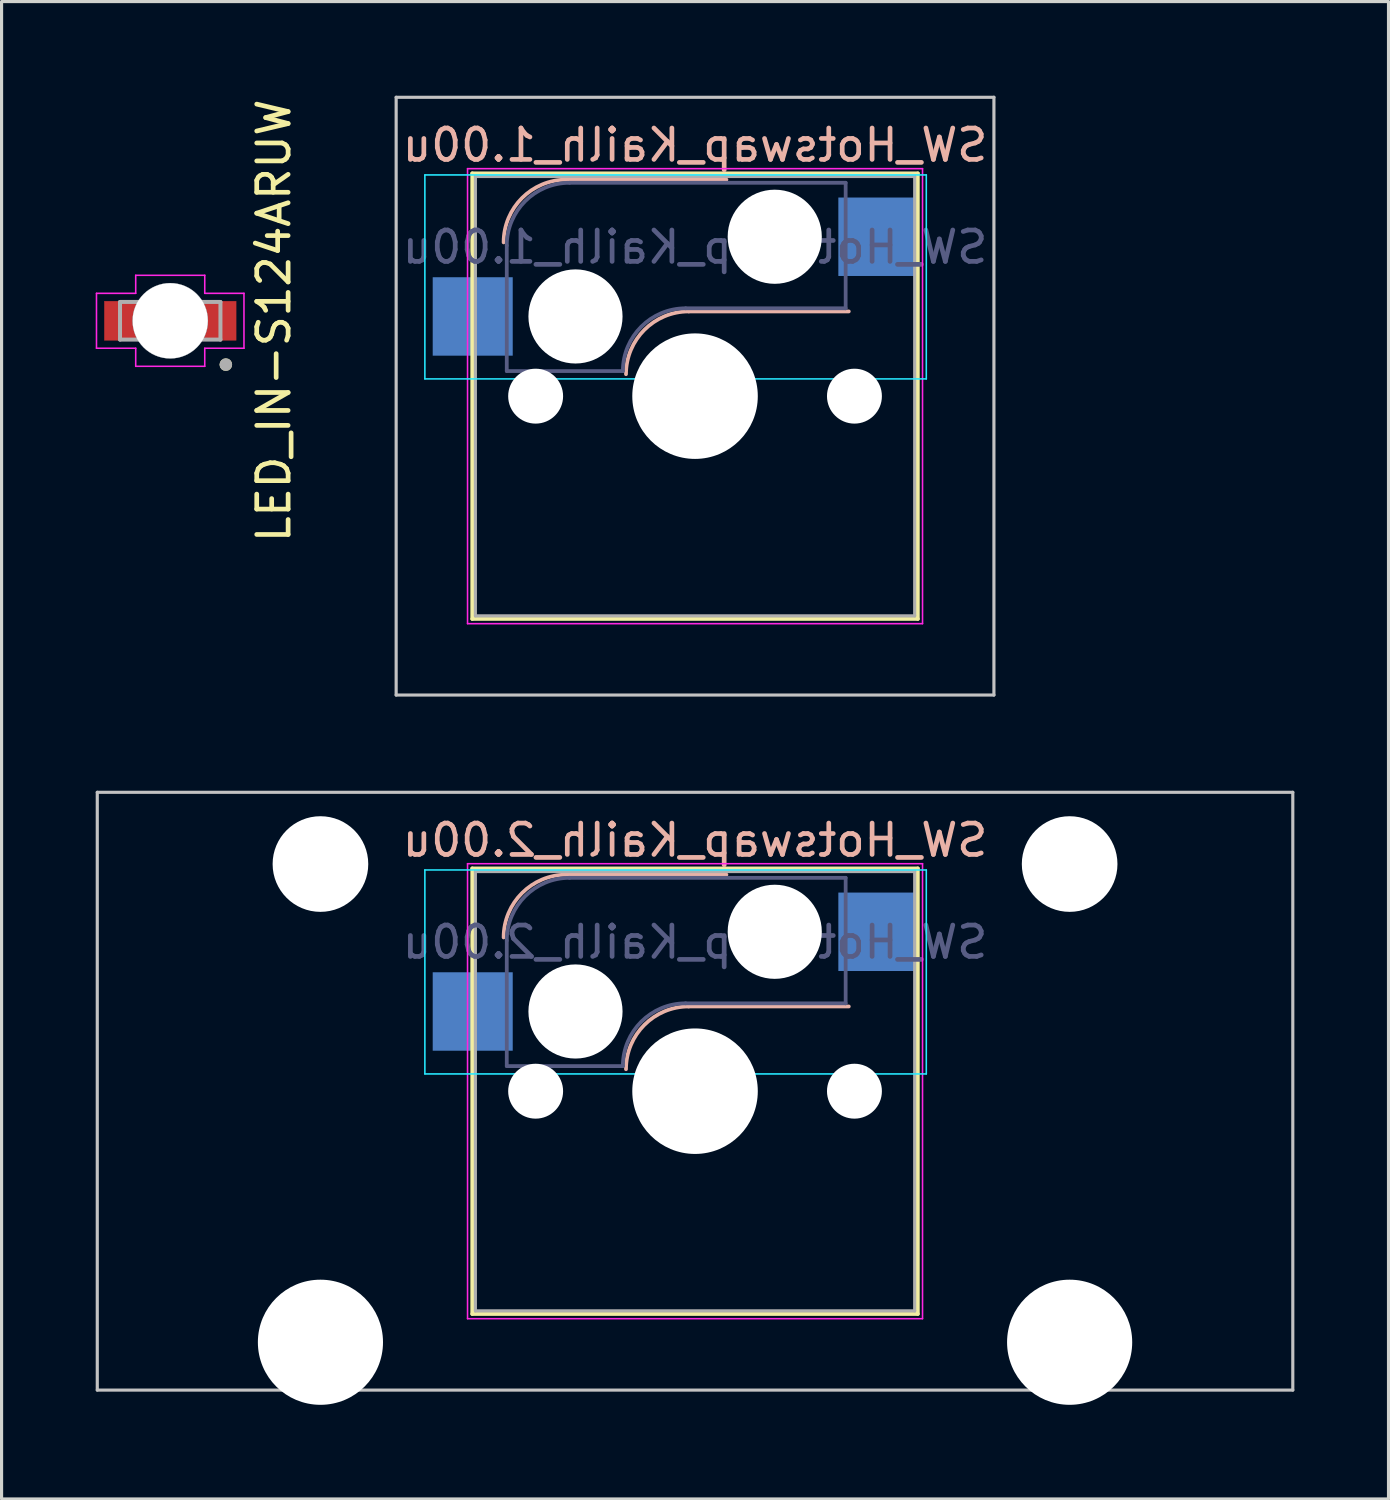
<source format=kicad_pcb>
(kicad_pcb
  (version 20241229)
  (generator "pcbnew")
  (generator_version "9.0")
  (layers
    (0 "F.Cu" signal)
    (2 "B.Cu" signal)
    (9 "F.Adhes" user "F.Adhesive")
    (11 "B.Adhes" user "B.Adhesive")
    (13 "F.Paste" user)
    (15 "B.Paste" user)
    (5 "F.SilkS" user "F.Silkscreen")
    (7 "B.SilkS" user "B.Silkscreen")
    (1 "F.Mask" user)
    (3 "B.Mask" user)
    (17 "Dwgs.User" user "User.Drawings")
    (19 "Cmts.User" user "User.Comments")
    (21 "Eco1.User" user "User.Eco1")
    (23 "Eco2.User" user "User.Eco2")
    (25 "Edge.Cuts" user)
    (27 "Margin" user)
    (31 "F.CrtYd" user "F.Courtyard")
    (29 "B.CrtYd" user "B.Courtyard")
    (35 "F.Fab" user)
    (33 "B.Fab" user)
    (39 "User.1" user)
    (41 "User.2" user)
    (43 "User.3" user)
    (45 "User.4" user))
  (footprint "SW_Hotswap_Kailh_2.00u"
    (layer "F.Cu")
    (at 19.1 31.725)
    (property "Reference" "SW_Hotswap_Kailh_2.00u" (at 0 -8 0) (layer "B.SilkS") (effects (font (size 1 1) (thickness 0.15)) (justify mirror)))
    (attr smd)
    (fp_line (start -7.1 -7.1) (end -7.1 7.1) (stroke (width 0.12) (type solid)) (layer "F.SilkS"))
    (fp_line (start -7.1 7.1) (end 7.1 7.1) (stroke (width 0.12) (type solid)) (layer "F.SilkS"))
    (fp_line (start 7.1 -7.1) (end -7.1 -7.1) (stroke (width 0.12) (type solid)) (layer "F.SilkS"))
    (fp_line (start 7.1 7.1) (end 7.1 -7.1) (stroke (width 0.12) (type solid)) (layer "F.SilkS"))
    (fp_line (start -4.1 -6.9) (end 1 -6.9) (stroke (width 0.12) (type solid)) (layer "B.SilkS"))
    (fp_line (start -0.2 -2.7) (end 4.9 -2.7) (stroke (width 0.12) (type solid)) (layer "B.SilkS"))
    (fp_arc (start -6.1 -4.9) (mid -5.514214 -6.314214) (end -4.1 -6.9) (stroke (width 0.12) (type solid)) (layer "B.SilkS"))
    (fp_arc (start -2.2 -0.7) (mid -1.614214 -2.114214) (end -0.2 -2.7) (stroke (width 0.12) (type solid)) (layer "B.SilkS"))
    (fp_line (start -19.05 -9.525) (end -19.05 9.525) (stroke (width 0.1) (type solid)) (layer "Dwgs.User"))
    (fp_line (start -19.05 9.525) (end 19.05 9.525) (stroke (width 0.1) (type solid)) (layer "Dwgs.User"))
    (fp_line (start 19.05 -9.525) (end -19.05 -9.525) (stroke (width 0.1) (type solid)) (layer "Dwgs.User"))
    (fp_line (start 19.05 9.525) (end 19.05 -9.525) (stroke (width 0.1) (type solid)) (layer "Dwgs.User"))
    (fp_line (start -8.61 -7.05) (end -8.61 -0.55) (stroke (width 0.05) (type solid)) (layer "B.CrtYd"))
    (fp_line (start -8.61 -0.55) (end 7.37 -0.55) (stroke (width 0.05) (type solid)) (layer "B.CrtYd"))
    (fp_line (start 7.37 -7.05) (end -8.61 -7.05) (stroke (width 0.05) (type solid)) (layer "B.CrtYd"))
    (fp_line (start 7.37 -0.55) (end 7.37 -7.05) (stroke (width 0.05) (type solid)) (layer "B.CrtYd"))
    (fp_line (start -7.25 -7.25) (end -7.25 7.25) (stroke (width 0.05) (type solid)) (layer "F.CrtYd"))
    (fp_line (start -7.25 7.25) (end 7.25 7.25) (stroke (width 0.05) (type solid)) (layer "F.CrtYd"))
    (fp_line (start 7.25 -7.25) (end -7.25 -7.25) (stroke (width 0.05) (type solid)) (layer "F.CrtYd"))
    (fp_line (start 7.25 7.25) (end 7.25 -7.25) (stroke (width 0.05) (type solid)) (layer "F.CrtYd"))
    (fp_line (start -6 -0.8) (end -6 -4.8) (stroke (width 0.12) (type solid)) (layer "B.Fab"))
    (fp_line (start -6 -0.8) (end -2.3 -0.8) (stroke (width 0.12) (type solid)) (layer "B.Fab"))
    (fp_line (start -4 -6.8) (end 4.8 -6.8) (stroke (width 0.12) (type solid)) (layer "B.Fab"))
    (fp_line (start -0.3 -2.8) (end 4.8 -2.8) (stroke (width 0.12) (type solid)) (layer "B.Fab"))
    (fp_line (start 4.8 -6.8) (end 4.8 -2.8) (stroke (width 0.12) (type solid)) (layer "B.Fab"))
    (fp_arc (start -6 -4.8) (mid -5.414214 -6.214214) (end -4 -6.8) (stroke (width 0.12) (type solid)) (layer "B.Fab"))
    (fp_arc (start -2.3 -0.8) (mid -1.714214 -2.214214) (end -0.3 -2.8) (stroke (width 0.12) (type solid)) (layer "B.Fab"))
    (fp_line (start -7 -7) (end -7 7) (stroke (width 0.1) (type solid)) (layer "F.Fab"))
    (fp_line (start -7 7) (end 7 7) (stroke (width 0.1) (type solid)) (layer "F.Fab"))
    (fp_line (start 7 -7) (end -7 -7) (stroke (width 0.1) (type solid)) (layer "F.Fab"))
    (fp_line (start 7 7) (end 7 -7) (stroke (width 0.1) (type solid)) (layer "F.Fab"))
    (fp_text user "${REFERENCE}" (at 0 -4.75 0) (layer "B.Fab") (effects (font (size 1 1) (thickness 0.15)) (justify mirror)))
    (pad "" np_thru_hole circle (at -11.938 -7.239 180) (size 3.048 3.048) (drill 3.048) (layers "*.Cu" "*.Mask"))
    (pad "" np_thru_hole circle (at -11.938 8.001 180) (size 3.988 3.988) (drill 3.988) (layers "*.Cu" "*.Mask"))
    (pad "" np_thru_hole circle (at -5.08 0) (size 1.75 1.75) (drill 1.75) (layers "*.Cu" "*.Mask"))
    (pad "" np_thru_hole circle (at -3.81 -2.54) (size 3 3) (drill 3) (layers "*.Cu" "*.Mask"))
    (pad "" np_thru_hole circle (at 0 0) (size 4 4) (drill 4) (layers "*.Cu" "*.Mask"))
    (pad "" np_thru_hole circle (at 2.54 -5.08) (size 3 3) (drill 3) (layers "*.Cu" "*.Mask"))
    (pad "" np_thru_hole circle (at 5.08 0) (size 1.75 1.75) (drill 1.75) (layers "*.Cu" "*.Mask"))
    (pad "" np_thru_hole circle (at 11.938 -7.239 180) (size 3.048 3.048) (drill 3.048) (layers "*.Cu" "*.Mask"))
    (pad "" np_thru_hole circle (at 11.938 8.001 180) (size 3.988 3.988) (drill 3.988) (layers "*.Cu" "*.Mask"))
    (pad "1" smd rect (at 5.842 -5.08) (size 2.55 2.5) (layers "B.Cu" "B.Mask" "B.Paste"))
    (pad "2" smd rect (at -7.085 -2.54) (size 2.55 2.5) (layers "B.Cu" "B.Mask" "B.Paste")))
  (footprint "LED_IN-S124ARUW"
    (layer "F.Cu")
    (at 2.375 7.173)
    (property "Reference" "LED_IN-S124ARUW" (at 3.302 0 90) (layer "F.SilkS") (effects (font (size 1 1) (thickness 0.15))))
    (attr smd)
    (fp_line (start -1.075 0.55) (end -1.025 0.625) (stroke (width 0.0001) (type solid)) (layer "F.Cu"))
    (fp_poly (pts (xy -2.1 0.625) (xy -1.025 0.625) (xy -1.048 0.587) (xy -1.069 0.549) (xy -1.088 0.51) (xy -1.107 0.47) (xy -1.123 0.429) (xy -1.139 0.388) (xy -1.152 0.346) (xy -1.164 0.304) (xy -1.175 0.261) (xy -1.184 0.218) (xy -1.191 0.175) (xy -1.197 0.131) (xy -1.201 0.088) (xy -1.203 0.044) (xy -1.204 0) (xy -1.203 -0.044) (xy -1.201 -0.088) (xy -1.197 -0.131) (xy -1.191 -0.175) (xy -1.184 -0.218) (xy -1.175 -0.261) (xy -1.164 -0.304) (xy -1.152 -0.346) (xy -1.139 -0.388) (xy -1.123 -0.429) (xy -1.107 -0.47) (xy -1.088 -0.51) (xy -1.069 -0.549) (xy -1.048 -0.587) (xy -1.025 -0.625) (xy -2.1 -0.625) (xy -2.1 0.625)) (stroke (width 0.01) (type solid)) (fill yes) (layer "F.Cu"))
    (fp_poly (pts (xy 2.1 0.625) (xy 1.025 0.625) (xy 1.048 0.587) (xy 1.069 0.549) (xy 1.088 0.51) (xy 1.107 0.47) (xy 1.123 0.429) (xy 1.139 0.388) (xy 1.152 0.346) (xy 1.164 0.304) (xy 1.175 0.261) (xy 1.184 0.218) (xy 1.191 0.175) (xy 1.197 0.131) (xy 1.201 0.088) (xy 1.203 0.044) (xy 1.204 0) (xy 1.203 -0.044) (xy 1.201 -0.088) (xy 1.197 -0.131) (xy 1.191 -0.175) (xy 1.184 -0.218) (xy 1.175 -0.261) (xy 1.164 -0.304) (xy 1.152 -0.346) (xy 1.139 -0.388) (xy 1.123 -0.429) (xy 1.107 -0.47) (xy 1.088 -0.51) (xy 1.069 -0.549) (xy 1.048 -0.587) (xy 1.025 -0.625) (xy 2.1 -0.625) (xy 2.1 0.625)) (stroke (width 0.01) (type solid)) (fill yes) (layer "F.Cu"))
    (fp_poly (pts (xy -2.2 -0.725) (xy -0.92 -0.725) (xy -0.92 0.725) (xy -2.2 0.725)) (stroke (width 0.01) (type solid)) (fill yes) (layer "F.Mask"))
    (fp_poly (pts (xy 0.92 -0.725) (xy 2.2 -0.725) (xy 2.2 0.725) (xy 0.92 0.725)) (stroke (width 0.01) (type solid)) (fill yes) (layer "F.Mask"))
    (fp_line (start 1.075 0.55) (end 1.025 0.625) (stroke (width 0.0001) (type solid)) (layer "B.Cu"))
    (fp_circle (center 1.772 1.397) (end 1.872 1.397) (stroke (width 0.2) (type solid)) (fill no) (layer "F.SilkS"))
    (fp_line (start 1.075 0.55) (end 1.025 0.625) (stroke (width 0.0001) (type solid)) (layer "F.Paste"))
    (fp_poly (pts (xy -2.1 0.625) (xy -1.025 0.625) (xy -1.048 0.587) (xy -1.069 0.549) (xy -1.088 0.51) (xy -1.107 0.47) (xy -1.123 0.429) (xy -1.139 0.388) (xy -1.152 0.346) (xy -1.164 0.304) (xy -1.175 0.261) (xy -1.184 0.218) (xy -1.191 0.175) (xy -1.197 0.131) (xy -1.201 0.088) (xy -1.203 0.044) (xy -1.204 0) (xy -1.203 -0.044) (xy -1.201 -0.088) (xy -1.197 -0.131) (xy -1.191 -0.175) (xy -1.184 -0.218) (xy -1.175 -0.261) (xy -1.164 -0.304) (xy -1.152 -0.346) (xy -1.139 -0.388) (xy -1.123 -0.429) (xy -1.107 -0.47) (xy -1.088 -0.51) (xy -1.069 -0.549) (xy -1.048 -0.587) (xy -1.025 -0.625) (xy -2.1 -0.625) (xy -2.1 0.625)) (stroke (width 0.01) (type solid)) (fill yes) (layer "F.Paste"))
    (fp_poly (pts (xy 2.1 0.625) (xy 1.025 0.625) (xy 1.048 0.587) (xy 1.069 0.549) (xy 1.088 0.51) (xy 1.107 0.47) (xy 1.123 0.429) (xy 1.139 0.388) (xy 1.152 0.346) (xy 1.164 0.304) (xy 1.175 0.261) (xy 1.184 0.218) (xy 1.191 0.175) (xy 1.197 0.131) (xy 1.201 0.088) (xy 1.203 0.044) (xy 1.204 0) (xy 1.203 -0.044) (xy 1.201 -0.088) (xy 1.197 -0.131) (xy 1.191 -0.175) (xy 1.184 -0.218) (xy 1.175 -0.261) (xy 1.164 -0.304) (xy 1.152 -0.346) (xy 1.139 -0.388) (xy 1.123 -0.429) (xy 1.107 -0.47) (xy 1.088 -0.51) (xy 1.069 -0.549) (xy 1.048 -0.587) (xy 1.025 -0.625) (xy 2.1 -0.625) (xy 2.1 0.625)) (stroke (width 0.01) (type solid)) (fill yes) (layer "F.Paste"))
    (fp_circle (center 0 0) (end 1.2 0) (stroke (width 0.01) (type solid)) (fill no) (layer "Edge.Cuts"))
    (fp_line (start -2.35 -0.875) (end -2.35 0.875) (stroke (width 0.05) (type solid)) (layer "F.CrtYd"))
    (fp_line (start -2.35 0.875) (end -1.1 0.875) (stroke (width 0.05) (type solid)) (layer "F.CrtYd"))
    (fp_line (start -1.1 -1.45) (end -1.1 -0.875) (stroke (width 0.05) (type solid)) (layer "F.CrtYd"))
    (fp_line (start -1.1 -0.875) (end -2.35 -0.875) (stroke (width 0.05) (type solid)) (layer "F.CrtYd"))
    (fp_line (start -1.1 0.875) (end -1.1 1.45) (stroke (width 0.05) (type solid)) (layer "F.CrtYd"))
    (fp_line (start -1.1 1.45) (end 1.1 1.45) (stroke (width 0.05) (type solid)) (layer "F.CrtYd"))
    (fp_line (start 1.1 -1.45) (end -1.1 -1.45) (stroke (width 0.05) (type solid)) (layer "F.CrtYd"))
    (fp_line (start 1.1 -0.875) (end 1.1 -1.45) (stroke (width 0.05) (type solid)) (layer "F.CrtYd"))
    (fp_line (start 1.1 0.875) (end 2.35 0.875) (stroke (width 0.05) (type solid)) (layer "F.CrtYd"))
    (fp_line (start 1.1 1.45) (end 1.1 0.875) (stroke (width 0.05) (type solid)) (layer "F.CrtYd"))
    (fp_line (start 2.35 -0.875) (end 1.1 -0.875) (stroke (width 0.05) (type solid)) (layer "F.CrtYd"))
    (fp_line (start 2.35 0.875) (end 2.35 -0.875) (stroke (width 0.05) (type solid)) (layer "F.CrtYd"))
    (fp_line (start -1.6 -0.6) (end 1.6 -0.6) (stroke (width 0.127) (type solid)) (layer "F.Fab"))
    (fp_line (start -1.6 0.6) (end -1.6 -0.6) (stroke (width 0.127) (type solid)) (layer "F.Fab"))
    (fp_line (start 1.6 -0.6) (end 1.6 0.6) (stroke (width 0.127) (type solid)) (layer "F.Fab"))
    (fp_line (start 1.6 0.6) (end -1.6 0.6) (stroke (width 0.127) (type solid)) (layer "F.Fab"))
    (fp_circle (center 1.772 1.397) (end 1.872 1.397) (stroke (width 0.2) (type solid)) (fill no) (layer "F.Fab"))
    (pad "" np_thru_hole circle (at 0 0) (size 2.4 2.4) (drill 2.4) (layers "*.Cu" "*.Mask"))
    (pad "A" smd rect (at 1.56 0) (size 0.381 0.381) (layers "F.Cu"))
    (pad "C" smd rect (at -1.56 0) (size 0.381 0.381) (layers "F.Cu")))
  (footprint "SW_Hotswap_Kailh_1.00u"
    (layer "F.Cu")
    (at 19.1 9.575)
    (property "Reference" "SW_Hotswap_Kailh_1.00u" (at 0 -8 0) (layer "B.SilkS") (effects (font (size 1 1) (thickness 0.15)) (justify mirror)))
    (attr smd)
    (fp_line (start -7.1 -7.1) (end -7.1 7.1) (stroke (width 0.12) (type solid)) (layer "F.SilkS"))
    (fp_line (start -7.1 7.1) (end 7.1 7.1) (stroke (width 0.12) (type solid)) (layer "F.SilkS"))
    (fp_line (start 7.1 -7.1) (end -7.1 -7.1) (stroke (width 0.12) (type solid)) (layer "F.SilkS"))
    (fp_line (start 7.1 7.1) (end 7.1 -7.1) (stroke (width 0.12) (type solid)) (layer "F.SilkS"))
    (fp_line (start -4.1 -6.9) (end 1 -6.9) (stroke (width 0.12) (type solid)) (layer "B.SilkS"))
    (fp_line (start -0.2 -2.7) (end 4.9 -2.7) (stroke (width 0.12) (type solid)) (layer "B.SilkS"))
    (fp_arc (start -6.1 -4.9) (mid -5.514214 -6.314214) (end -4.1 -6.9) (stroke (width 0.12) (type solid)) (layer "B.SilkS"))
    (fp_arc (start -2.2 -0.7) (mid -1.614214 -2.114214) (end -0.2 -2.7) (stroke (width 0.12) (type solid)) (layer "B.SilkS"))
    (fp_line (start -9.525 -9.525) (end -9.525 9.525) (stroke (width 0.1) (type solid)) (layer "Dwgs.User"))
    (fp_line (start -9.525 9.525) (end 9.525 9.525) (stroke (width 0.1) (type solid)) (layer "Dwgs.User"))
    (fp_line (start 9.525 -9.525) (end -9.525 -9.525) (stroke (width 0.1) (type solid)) (layer "Dwgs.User"))
    (fp_line (start 9.525 9.525) (end 9.525 -9.525) (stroke (width 0.1) (type solid)) (layer "Dwgs.User"))
    (fp_line (start -8.61 -7.05) (end -8.61 -0.55) (stroke (width 0.05) (type solid)) (layer "B.CrtYd"))
    (fp_line (start -8.61 -0.55) (end 7.37 -0.55) (stroke (width 0.05) (type solid)) (layer "B.CrtYd"))
    (fp_line (start 7.37 -7.05) (end -8.61 -7.05) (stroke (width 0.05) (type solid)) (layer "B.CrtYd"))
    (fp_line (start 7.37 -0.55) (end 7.37 -7.05) (stroke (width 0.05) (type solid)) (layer "B.CrtYd"))
    (fp_line (start -7.25 -7.25) (end -7.25 7.25) (stroke (width 0.05) (type solid)) (layer "F.CrtYd"))
    (fp_line (start -7.25 7.25) (end 7.25 7.25) (stroke (width 0.05) (type solid)) (layer "F.CrtYd"))
    (fp_line (start 7.25 -7.25) (end -7.25 -7.25) (stroke (width 0.05) (type solid)) (layer "F.CrtYd"))
    (fp_line (start 7.25 7.25) (end 7.25 -7.25) (stroke (width 0.05) (type solid)) (layer "F.CrtYd"))
    (fp_line (start -6 -0.8) (end -6 -4.8) (stroke (width 0.12) (type solid)) (layer "B.Fab"))
    (fp_line (start -6 -0.8) (end -2.3 -0.8) (stroke (width 0.12) (type solid)) (layer "B.Fab"))
    (fp_line (start -4 -6.8) (end 4.8 -6.8) (stroke (width 0.12) (type solid)) (layer "B.Fab"))
    (fp_line (start -0.3 -2.8) (end 4.8 -2.8) (stroke (width 0.12) (type solid)) (layer "B.Fab"))
    (fp_line (start 4.8 -6.8) (end 4.8 -2.8) (stroke (width 0.12) (type solid)) (layer "B.Fab"))
    (fp_arc (start -6 -4.8) (mid -5.414214 -6.214214) (end -4 -6.8) (stroke (width 0.12) (type solid)) (layer "B.Fab"))
    (fp_arc (start -2.3 -0.8) (mid -1.714214 -2.214214) (end -0.3 -2.8) (stroke (width 0.12) (type solid)) (layer "B.Fab"))
    (fp_line (start -7 -7) (end -7 7) (stroke (width 0.1) (type solid)) (layer "F.Fab"))
    (fp_line (start -7 7) (end 7 7) (stroke (width 0.1) (type solid)) (layer "F.Fab"))
    (fp_line (start 7 -7) (end -7 -7) (stroke (width 0.1) (type solid)) (layer "F.Fab"))
    (fp_line (start 7 7) (end 7 -7) (stroke (width 0.1) (type solid)) (layer "F.Fab"))
    (fp_text user "${REFERENCE}" (at 0 -4.75 0) (layer "B.Fab") (effects (font (size 1 1) (thickness 0.15)) (justify mirror)))
    (pad "" np_thru_hole circle (at -5.08 0) (size 1.75 1.75) (drill 1.75) (layers "*.Cu" "*.Mask"))
    (pad "" np_thru_hole circle (at -3.81 -2.54) (size 3 3) (drill 3) (layers "*.Cu" "*.Mask"))
    (pad "" np_thru_hole circle (at 0 0) (size 4 4) (drill 4) (layers "*.Cu" "*.Mask"))
    (pad "" np_thru_hole circle (at 2.54 -5.08) (size 3 3) (drill 3) (layers "*.Cu" "*.Mask"))
    (pad "" np_thru_hole circle (at 5.08 0) (size 1.75 1.75) (drill 1.75) (layers "*.Cu" "*.Mask"))
    (pad "1" smd rect (at 5.842 -5.08) (size 2.55 2.5) (layers "B.Cu" "B.Mask" "B.Paste"))
    (pad "2" smd rect (at -7.085 -2.54) (size 2.55 2.5) (layers "B.Cu" "B.Mask" "B.Paste")))
  (gr_rect
    (start -3 -3)
    (end 41.2 44.72)
    (stroke (width 0.1) (type default))
    (fill no)
    (layer "Edge.Cuts")))
</source>
